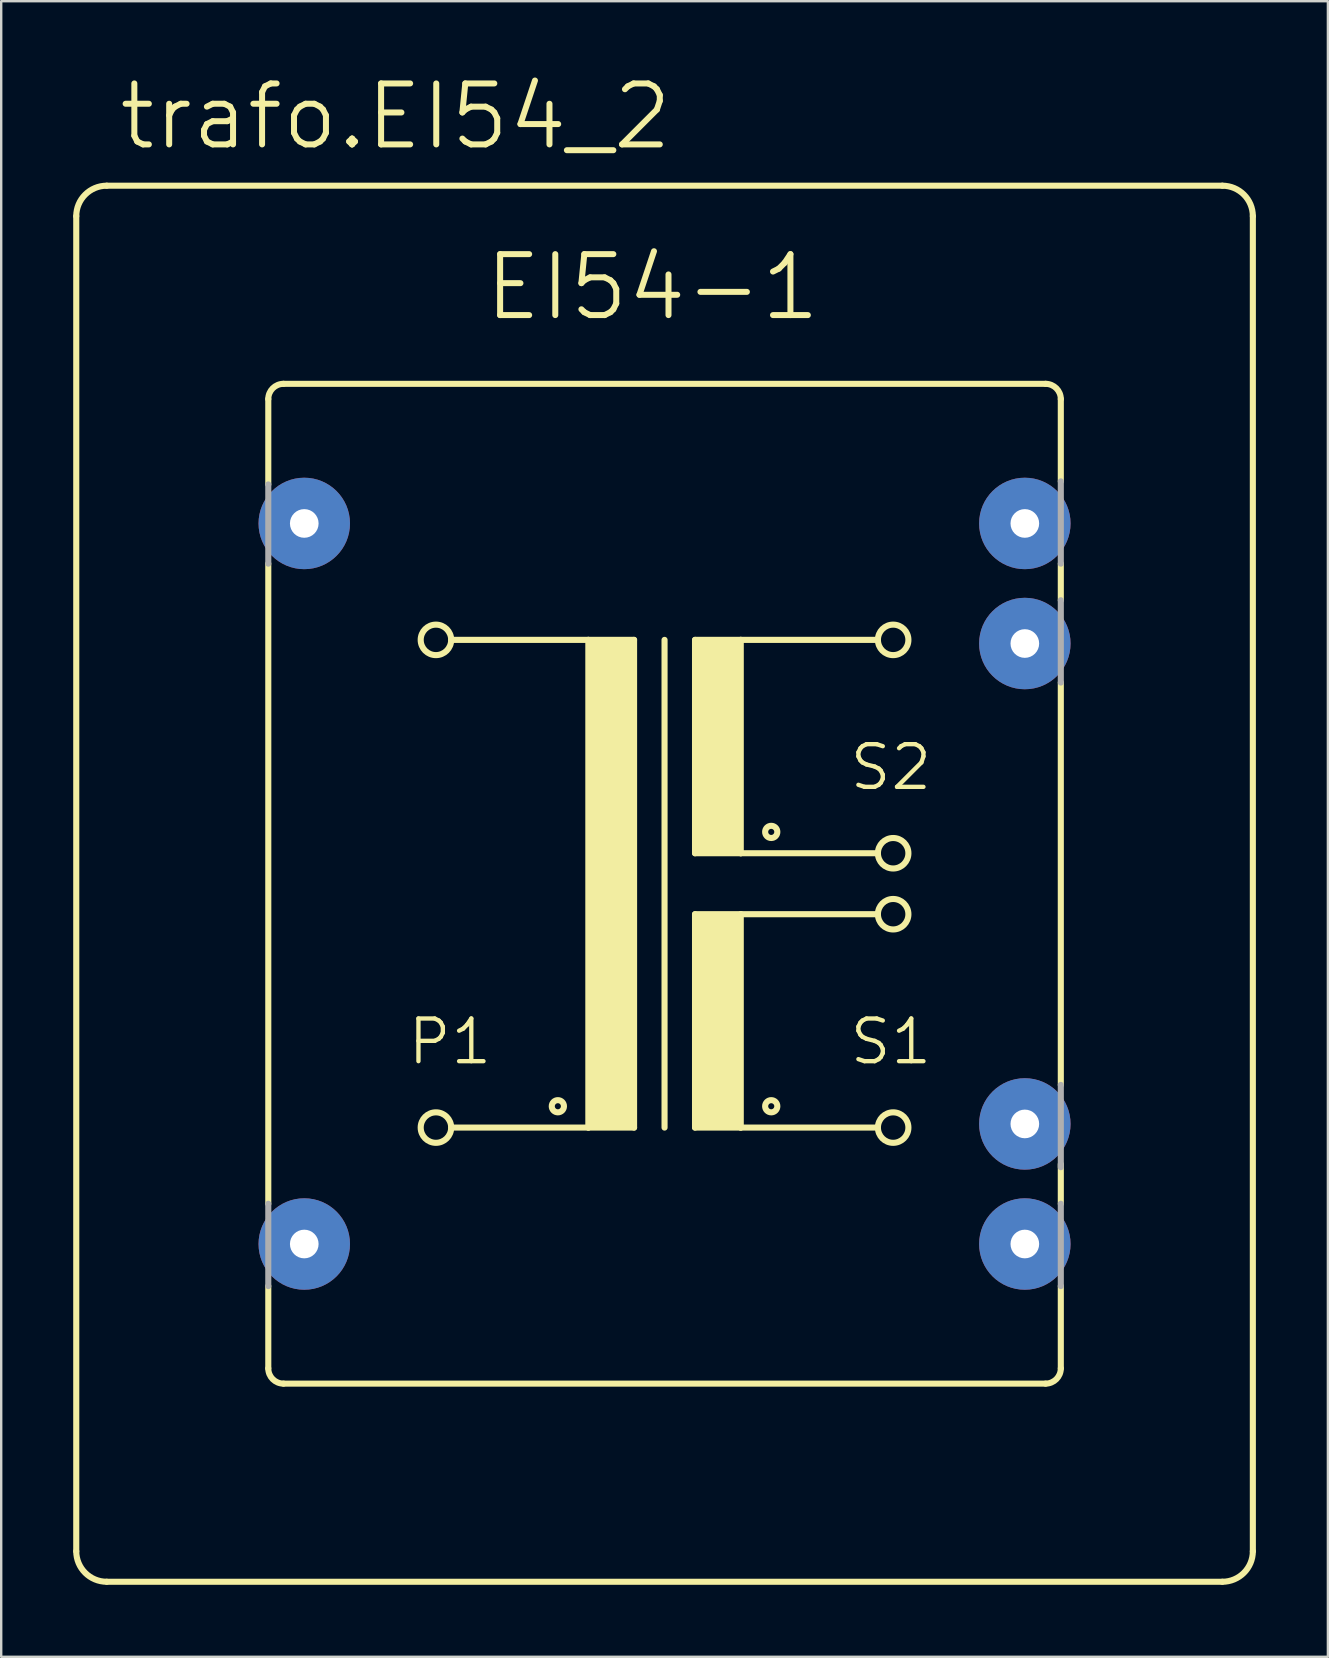
<source format=kicad_pcb>
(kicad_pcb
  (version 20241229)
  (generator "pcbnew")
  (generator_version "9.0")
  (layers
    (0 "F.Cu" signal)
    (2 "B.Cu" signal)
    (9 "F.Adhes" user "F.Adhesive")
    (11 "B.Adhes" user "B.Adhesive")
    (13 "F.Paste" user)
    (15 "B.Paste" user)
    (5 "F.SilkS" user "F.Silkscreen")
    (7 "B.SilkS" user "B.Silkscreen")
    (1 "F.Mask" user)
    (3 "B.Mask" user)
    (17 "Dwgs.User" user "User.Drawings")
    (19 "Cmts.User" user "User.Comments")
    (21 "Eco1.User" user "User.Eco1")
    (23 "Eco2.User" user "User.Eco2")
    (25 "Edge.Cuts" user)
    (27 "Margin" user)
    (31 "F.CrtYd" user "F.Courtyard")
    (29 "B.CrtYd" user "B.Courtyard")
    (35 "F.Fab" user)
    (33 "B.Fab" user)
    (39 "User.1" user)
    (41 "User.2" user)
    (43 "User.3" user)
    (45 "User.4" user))
  (footprint "trafo.EI54_2"
    (layer "F.Cu")
    (at 24.638 33.77)
    (property "Reference" "trafo.EI54_2" (at -22.86 -30.48 0) (layer "F.SilkS") (effects (font (size 2.54 2.54) (thickness 0.25)) (justify left bottom)))
    (attr through_hole)
    (fp_line (start -24.511 27.813) (end -24.511 -27.813) (stroke (width 0.254) (type default)) (layer "F.SilkS"))
    (fp_line (start -16.51 -20.193) (end -16.51 -16.637) (stroke (width 0.254) (type default)) (layer "F.SilkS"))
    (fp_line (start -16.51 -13.335) (end -16.51 13.335) (stroke (width 0.254) (type default)) (layer "F.SilkS"))
    (fp_line (start -16.51 20.193) (end -16.51 16.764) (stroke (width 0.254) (type default)) (layer "F.SilkS"))
    (fp_line (start -15.875 -20.828) (end 15.875 -20.828) (stroke (width 0.254) (type default)) (layer "F.SilkS"))
    (fp_line (start -15.875 20.828) (end 15.875 20.828) (stroke (width 0.254) (type default)) (layer "F.SilkS"))
    (fp_line (start -8.89 -10.16) (end -3.175 -10.16) (stroke (width 0.254) (type default)) (layer "F.SilkS"))
    (fp_line (start -3.175 -10.16) (end -3.175 10.16) (stroke (width 0.254) (type default)) (layer "F.SilkS"))
    (fp_line (start -3.175 -10.16) (end -1.27 -10.16) (stroke (width 0.254) (type default)) (layer "F.SilkS"))
    (fp_line (start -3.175 10.16) (end -8.89 10.16) (stroke (width 0.254) (type default)) (layer "F.SilkS"))
    (fp_line (start -1.27 -10.16) (end -1.27 10.16) (stroke (width 0.254) (type default)) (layer "F.SilkS"))
    (fp_line (start -1.27 10.16) (end -3.175 10.16) (stroke (width 0.254) (type default)) (layer "F.SilkS"))
    (fp_line (start 0 -10.16) (end 0 10.16) (stroke (width 0.254) (type default)) (layer "F.SilkS"))
    (fp_line (start 1.27 -10.16) (end 1.27 -1.27) (stroke (width 0.254) (type default)) (layer "F.SilkS"))
    (fp_line (start 1.27 -10.16) (end 3.175 -10.16) (stroke (width 0.254) (type default)) (layer "F.SilkS"))
    (fp_line (start 1.27 -1.27) (end 3.175 -1.27) (stroke (width 0.254) (type default)) (layer "F.SilkS"))
    (fp_line (start 1.27 1.27) (end 1.27 10.16) (stroke (width 0.254) (type default)) (layer "F.SilkS"))
    (fp_line (start 1.27 1.27) (end 3.175 1.27) (stroke (width 0.254) (type default)) (layer "F.SilkS"))
    (fp_line (start 1.27 10.16) (end 3.175 10.16) (stroke (width 0.254) (type default)) (layer "F.SilkS"))
    (fp_line (start 3.175 -10.16) (end 8.89 -10.16) (stroke (width 0.254) (type default)) (layer "F.SilkS"))
    (fp_line (start 3.175 -1.27) (end 3.175 -10.16) (stroke (width 0.254) (type default)) (layer "F.SilkS"))
    (fp_line (start 3.175 -1.27) (end 8.89 -1.27) (stroke (width 0.254) (type default)) (layer "F.SilkS"))
    (fp_line (start 3.175 1.27) (end 8.89 1.27) (stroke (width 0.254) (type default)) (layer "F.SilkS"))
    (fp_line (start 3.175 10.16) (end 3.175 1.27) (stroke (width 0.254) (type default)) (layer "F.SilkS"))
    (fp_line (start 3.175 10.16) (end 8.89 10.16) (stroke (width 0.254) (type default)) (layer "F.SilkS"))
    (fp_line (start 16.51 -20.193) (end 16.51 -16.764) (stroke (width 0.254) (type default)) (layer "F.SilkS"))
    (fp_line (start 16.51 -13.335) (end 16.51 -11.811) (stroke (width 0.254) (type default)) (layer "F.SilkS"))
    (fp_line (start 16.51 -8.382) (end 16.51 8.382) (stroke (width 0.254) (type default)) (layer "F.SilkS"))
    (fp_line (start 16.51 11.684) (end 16.51 13.335) (stroke (width 0.254) (type default)) (layer "F.SilkS"))
    (fp_line (start 16.51 20.193) (end 16.51 16.764) (stroke (width 0.254) (type default)) (layer "F.SilkS"))
    (fp_line (start 23.241 -29.083) (end -23.241 -29.083) (stroke (width 0.254) (type default)) (layer "F.SilkS"))
    (fp_line (start 23.241 29.083) (end -23.241 29.083) (stroke (width 0.254) (type default)) (layer "F.SilkS"))
    (fp_line (start 24.511 -27.813) (end 24.511 27.813) (stroke (width 0.254) (type default)) (layer "F.SilkS"))
    (fp_rect (start -3.175 10.16) (end -1.27 -10.16) (stroke (width 0.05) (type default)) (fill yes) (layer "F.SilkS"))
    (fp_rect (start 1.27 -1.27) (end 3.175 -10.16) (stroke (width 0.05) (type default)) (fill yes) (layer "F.SilkS"))
    (fp_rect (start 1.27 10.16) (end 3.175 1.27) (stroke (width 0.05) (type default)) (fill yes) (layer "F.SilkS"))
    (fp_arc (start -24.511 -27.813) (mid -24.139026 -28.711026) (end -23.241 -29.083) (stroke (width 0.254) (type default)) (layer "F.SilkS"))
    (fp_arc (start -23.241 29.083) (mid -24.139026 28.711026) (end -24.511 27.813) (stroke (width 0.254) (type default)) (layer "F.SilkS"))
    (fp_arc (start -16.51 -20.193) (mid -16.324013 -20.642013) (end -15.875 -20.828) (stroke (width 0.254) (type default)) (layer "F.SilkS"))
    (fp_arc (start -15.875 20.828) (mid -16.324013 20.642013) (end -16.51 20.193) (stroke (width 0.254) (type default)) (layer "F.SilkS"))
    (fp_arc (start 15.875 -20.828) (mid 16.324013 -20.642013) (end 16.51 -20.193) (stroke (width 0.254) (type default)) (layer "F.SilkS"))
    (fp_arc (start 16.51 20.193) (mid 16.324013 20.642013) (end 15.875 20.828) (stroke (width 0.254) (type default)) (layer "F.SilkS"))
    (fp_arc (start 23.241 -29.083) (mid 24.139026 -28.711026) (end 24.511 -27.813) (stroke (width 0.254) (type default)) (layer "F.SilkS"))
    (fp_arc (start 24.511 27.813) (mid 24.139026 28.711026) (end 23.241 29.083) (stroke (width 0.254) (type default)) (layer "F.SilkS"))
    (fp_circle (center -9.525 -10.16) (end -8.89 -10.16) (stroke (width 0.254) (type default)) (fill no) (layer "F.SilkS"))
    (fp_circle (center -9.525 10.16) (end -8.89 10.16) (stroke (width 0.254) (type default)) (fill no) (layer "F.SilkS"))
    (fp_circle (center -4.445 9.271) (end -4.191 9.271) (stroke (width 0.254) (type default)) (fill no) (layer "F.SilkS"))
    (fp_circle (center 4.445 -2.159) (end 4.699 -2.159) (stroke (width 0.254) (type default)) (fill no) (layer "F.SilkS"))
    (fp_circle (center 4.445 9.271) (end 4.699 9.271) (stroke (width 0.254) (type default)) (fill no) (layer "F.SilkS"))
    (fp_circle (center 9.525 -10.16) (end 10.16 -10.16) (stroke (width 0.254) (type default)) (fill no) (layer "F.SilkS"))
    (fp_circle (center 9.525 -1.27) (end 10.16 -1.27) (stroke (width 0.254) (type default)) (fill no) (layer "F.SilkS"))
    (fp_circle (center 9.525 1.27) (end 10.16 1.27) (stroke (width 0.254) (type default)) (fill no) (layer "F.SilkS"))
    (fp_circle (center 9.525 10.16) (end 10.16 10.16) (stroke (width 0.254) (type default)) (fill no) (layer "F.SilkS"))
    (fp_line (start -16.51 -13.335) (end -16.51 -16.637) (stroke (width 0.254) (type default)) (layer "F.Fab"))
    (fp_line (start -16.51 13.335) (end -16.51 16.764) (stroke (width 0.254) (type default)) (layer "F.Fab"))
    (fp_line (start 16.51 -13.335) (end 16.51 -16.764) (stroke (width 0.254) (type default)) (layer "F.Fab"))
    (fp_line (start 16.51 -8.382) (end 16.51 -11.811) (stroke (width 0.254) (type default)) (layer "F.Fab"))
    (fp_line (start 16.51 11.811) (end 16.51 8.382) (stroke (width 0.254) (type default)) (layer "F.Fab"))
    (fp_line (start 16.51 16.764) (end 16.51 13.335) (stroke (width 0.254) (type default)) (layer "F.Fab"))
    (fp_text user "EI54-1" (at -7.62 -23.368 0) (layer "F.SilkS") (effects (font (size 2.54 2.54) (thickness 0.25)) (justify left bottom)))
    (fp_text user "S1" (at 7.62 7.62 0) (layer "F.SilkS") (effects (font (size 1.778 1.778) (thickness 0.18)) (justify left bottom)))
    (fp_text user "S2" (at 7.62 -3.81 0) (layer "F.SilkS") (effects (font (size 1.778 1.778) (thickness 0.18)) (justify left bottom)))
    (fp_text user "P1" (at -10.795 7.62 0) (layer "F.SilkS") (effects (font (size 1.778 1.778) (thickness 0.18)) (justify left bottom)))
    (pad "1" thru_hole circle (at -15.011 -15.011) (size 3.81 3.81) (drill 1.194) (layers "*.Cu" "*.Mask"))
    (pad "7" thru_hole circle (at -15.011 15.011) (size 3.81 3.81) (drill 1.194) (layers "*.Cu" "*.Mask"))
    (pad "8" thru_hole circle (at 15.011 15.011) (size 3.81 3.81) (drill 1.194) (layers "*.Cu" "*.Mask"))
    (pad "9" thru_hole circle (at 15.011 10.008) (size 3.81 3.81) (drill 1.194) (layers "*.Cu" "*.Mask"))
    (pad "13" thru_hole circle (at 15.011 -10.008) (size 3.81 3.81) (drill 1.194) (layers "*.Cu" "*.Mask"))
    (pad "14" thru_hole circle (at 15.011 -15.011) (size 3.81 3.81) (drill 1.194) (layers "*.Cu" "*.Mask")))
  (gr_rect
    (start -3 -3)
    (end 52.276 65.98)
    (stroke (width 0.1) (type default))
    (fill no)
    (layer "Edge.Cuts")))
</source>
